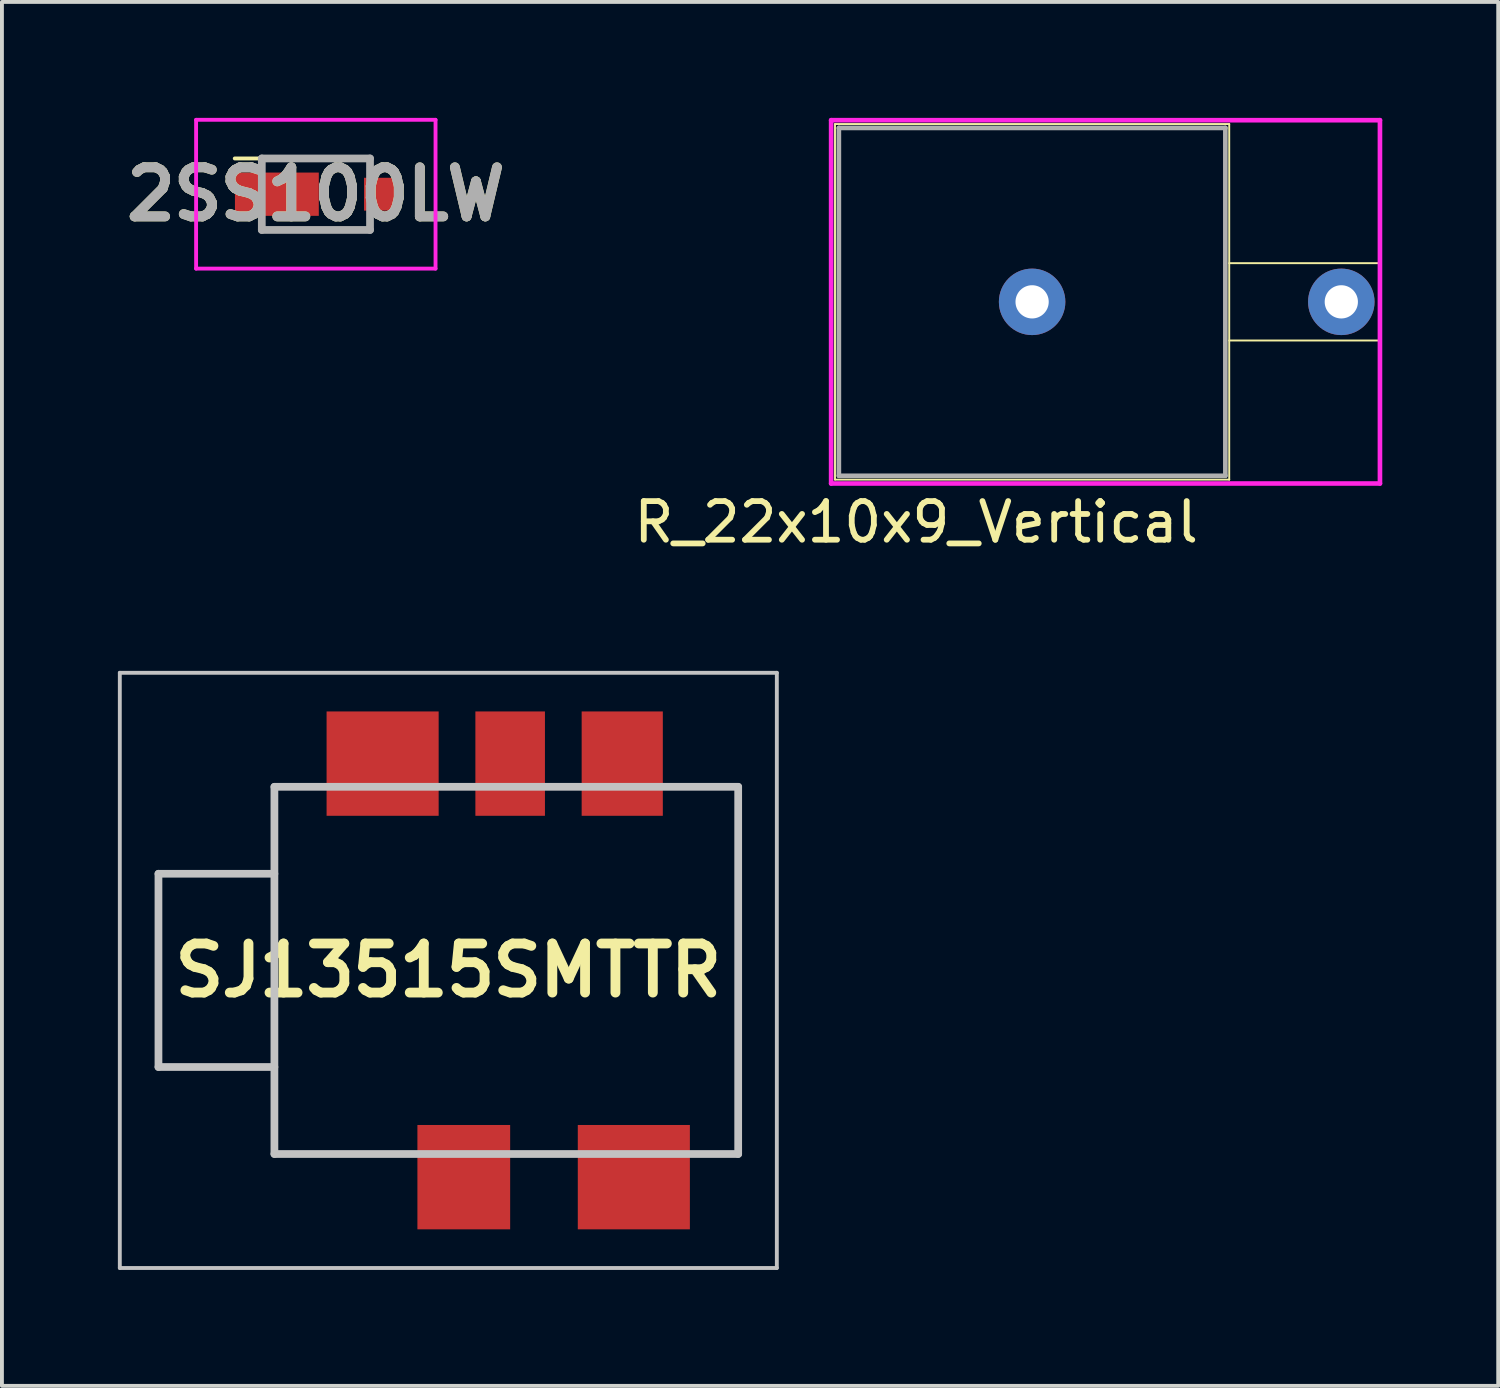
<source format=kicad_pcb>
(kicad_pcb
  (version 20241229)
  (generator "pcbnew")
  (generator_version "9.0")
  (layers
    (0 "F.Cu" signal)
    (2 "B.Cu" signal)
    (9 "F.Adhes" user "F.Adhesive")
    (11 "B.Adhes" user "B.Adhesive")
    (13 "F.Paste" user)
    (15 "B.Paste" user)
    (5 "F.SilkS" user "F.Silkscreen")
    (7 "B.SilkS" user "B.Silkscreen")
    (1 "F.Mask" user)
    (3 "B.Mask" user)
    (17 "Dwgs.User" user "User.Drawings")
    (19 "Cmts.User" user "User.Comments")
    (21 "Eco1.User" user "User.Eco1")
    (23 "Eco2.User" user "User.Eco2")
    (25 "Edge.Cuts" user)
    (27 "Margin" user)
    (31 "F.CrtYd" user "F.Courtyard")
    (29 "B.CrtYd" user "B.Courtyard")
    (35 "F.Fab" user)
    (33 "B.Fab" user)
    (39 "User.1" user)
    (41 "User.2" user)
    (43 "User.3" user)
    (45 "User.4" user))
  (footprint "R_22x10x9_Vertical"
    (layer "F.Cu")
    (at 23.655 4.76)
    (property "Reference" "R_22x10x9_Vertical" (at -3 5.7 0) (layer "F.SilkS") (effects (font (size 1 1) (thickness 0.15))))
    (attr through_hole)
    (fp_line (start -5.1 -4.6) (end 5.1 -4.6) (stroke (width 0.05) (type solid)) (layer "F.SilkS"))
    (fp_line (start -5.1 4.6) (end -5.1 -4.6) (stroke (width 0.05) (type solid)) (layer "F.SilkS"))
    (fp_line (start 5.1 -4.6) (end 5.1 4.6) (stroke (width 0.05) (type solid)) (layer "F.SilkS"))
    (fp_line (start 5.1 -1) (end 9 -1) (stroke (width 0.05) (type solid)) (layer "F.SilkS"))
    (fp_line (start 5.1 4.6) (end -5.1 4.6) (stroke (width 0.05) (type solid)) (layer "F.SilkS"))
    (fp_line (start 9 -1) (end 9 1) (stroke (width 0.05) (type solid)) (layer "F.SilkS"))
    (fp_line (start 9 1) (end 5.1 1) (stroke (width 0.05) (type solid)) (layer "F.SilkS"))
    (fp_line (start -5.2 -4.7) (end 9 -4.7) (stroke (width 0.12) (type solid)) (layer "F.CrtYd"))
    (fp_line (start -5.2 4.7) (end -5.2 -4.7) (stroke (width 0.12) (type solid)) (layer "F.CrtYd"))
    (fp_line (start 9 -4.7) (end 9 4.7) (stroke (width 0.12) (type solid)) (layer "F.CrtYd"))
    (fp_line (start 9 4.7) (end -5.2 4.7) (stroke (width 0.12) (type solid)) (layer "F.CrtYd"))
    (fp_line (start -5 -4.5) (end 5 -4.5) (stroke (width 0.12) (type solid)) (layer "F.Fab"))
    (fp_line (start -5 4.5) (end -5 -4.5) (stroke (width 0.12) (type solid)) (layer "F.Fab"))
    (fp_line (start 5 -4.5) (end 5 4.5) (stroke (width 0.12) (type solid)) (layer "F.Fab"))
    (fp_line (start 5 4.5) (end -5 4.5) (stroke (width 0.12) (type solid)) (layer "F.Fab"))
    (pad "1" thru_hole circle (at 0 0) (size 1.72 1.72) (drill 0.86) (layers "*.Cu" "*.Mask"))
    (pad "2" thru_hole circle (at 8 0) (size 1.72 1.72) (drill 0.86) (layers "*.Cu" "*.Mask")))
  (footprint "SJ13515SMTTR"
    (layer "F.Cu")
    (at 8.55 22.058)
    (property "Reference" "SJ13515SMTTR" (at 0 0 0) (layer "F.SilkS") (effects (font (size 1.27 1.27) (thickness 0.254))))
    (attr through_hole)
    (fp_line (start -4.5 -4.75) (end -4.5 4.75) (stroke (width 0.1) (type solid)) (layer "F.SilkS"))
    (fp_line (start -4.5 4.75) (end -1.7 4.75) (stroke (width 0.1) (type solid)) (layer "F.SilkS"))
    (fp_line (start -4 -4.75) (end -4.5 -4.75) (stroke (width 0.1) (type solid)) (layer "F.SilkS"))
    (fp_line (start 6.5 -4.75) (end 7.5 -4.75) (stroke (width 0.1) (type solid)) (layer "F.SilkS"))
    (fp_line (start 7.5 -4.75) (end 7.5 4.75) (stroke (width 0.1) (type solid)) (layer "F.SilkS"))
    (fp_line (start 7.5 4.75) (end 6.5 4.75) (stroke (width 0.1) (type solid)) (layer "F.SilkS"))
    (fp_line (start -8.5 -7.7) (end 8.5 -7.7) (stroke (width 0.1) (type solid)) (layer "Dwgs.User"))
    (fp_line (start -8.5 7.7) (end -8.5 -7.7) (stroke (width 0.1) (type solid)) (layer "Dwgs.User"))
    (fp_line (start -7.5 -2.5) (end -4.5 -2.5) (stroke (width 0.2) (type solid)) (layer "Dwgs.User"))
    (fp_line (start -7.5 2.5) (end -7.5 -2.5) (stroke (width 0.2) (type solid)) (layer "Dwgs.User"))
    (fp_line (start -4.5 -4.75) (end 7.5 -4.75) (stroke (width 0.2) (type solid)) (layer "Dwgs.User"))
    (fp_line (start -4.5 2.5) (end -7.5 2.5) (stroke (width 0.2) (type solid)) (layer "Dwgs.User"))
    (fp_line (start -4.5 4.75) (end -4.5 -4.75) (stroke (width 0.2) (type solid)) (layer "Dwgs.User"))
    (fp_line (start 7.5 -4.75) (end 7.5 4.75) (stroke (width 0.2) (type solid)) (layer "Dwgs.User"))
    (fp_line (start 7.5 4.75) (end -4.5 4.75) (stroke (width 0.2) (type solid)) (layer "Dwgs.User"))
    (fp_line (start 8.5 -7.7) (end 8.5 7.7) (stroke (width 0.1) (type solid)) (layer "Dwgs.User"))
    (fp_line (start 8.5 7.7) (end -8.5 7.7) (stroke (width 0.1) (type solid)) (layer "Dwgs.User"))
    (pad "" np_thru_hole circle (at -1.5 0) (size 0.001 0.001) (drill 1.7) (layers "*.Cu" "*.Mask"))
    (pad "" np_thru_hole circle (at 4.5 0) (size 0.001 0.001) (drill 1.7) (layers "*.Cu" "*.Mask"))
    (pad "R" smd rect (at 4.5 -5.35) (size 2.1 2.7) (layers "F.Cu" "F.Paste"))
    (pad "RN" smd rect (at 1.6 -5.35) (size 1.8 2.7) (layers "F.Cu" "F.Paste"))
    (pad "S" smd rect (at -1.7 -5.35 90) (size 2.7 2.9) (layers "F.Cu" "F.Paste"))
    (pad "T" smd rect (at 4.8 5.35 90) (size 2.7 2.9) (layers "F.Cu" "F.Paste"))
    (pad "TN" smd rect (at 0.4 5.35) (size 2.4 2.7) (layers "F.Cu" "F.Paste")))
  (footprint "2SS100LW"
    (layer "F.Cu")
    (at 5.124 1.975)
    (property "Reference" "2SS100LW" (at -0.002 0 0) (layer "F.SilkS") (effects (font (size 1.27 1.27) (thickness 0.254))))
    (attr smd)
    (fp_line (start -2.1 -0.925) (end 1.4 -0.925) (stroke (width 0.1) (type solid)) (layer "F.SilkS"))
    (fp_line (start -1.4 0.925) (end 1.4 0.925) (stroke (width 0.1) (type solid)) (layer "F.SilkS"))
    (fp_line (start -3.1 -1.925) (end 3.095 -1.925) (stroke (width 0.1) (type solid)) (layer "F.CrtYd"))
    (fp_line (start -3.1 1.925) (end -3.1 -1.925) (stroke (width 0.1) (type solid)) (layer "F.CrtYd"))
    (fp_line (start 3.095 -1.925) (end 3.095 1.925) (stroke (width 0.1) (type solid)) (layer "F.CrtYd"))
    (fp_line (start 3.095 1.925) (end -3.1 1.925) (stroke (width 0.1) (type solid)) (layer "F.CrtYd"))
    (fp_line (start -1.4 -0.925) (end 1.4 -0.925) (stroke (width 0.2) (type solid)) (layer "F.Fab"))
    (fp_line (start -1.4 0.925) (end -1.4 -0.925) (stroke (width 0.2) (type solid)) (layer "F.Fab"))
    (fp_line (start 1.4 -0.925) (end 1.4 0.925) (stroke (width 0.2) (type solid)) (layer "F.Fab"))
    (fp_line (start 1.4 0.925) (end -1.4 0.925) (stroke (width 0.2) (type solid)) (layer "F.Fab"))
    (fp_text user "${REFERENCE}" (at -0.002 0 0) (layer "F.Fab") (effects (font (size 1.27 1.27) (thickness 0.254))))
    (pad "1" smd rect (at -1.01 0 90) (size 1.12 2.17) (layers "F.Cu" "F.Mask" "F.Paste"))
    (pad "2" smd rect (at 1.67 0 90) (size 0.85 0.85) (layers "F.Cu" "F.Mask" "F.Paste")))
  (gr_rect
    (start -3 -3)
    (end 35.715 32.808)
    (stroke (width 0.1) (type default))
    (fill no)
    (layer "Edge.Cuts")))
</source>
